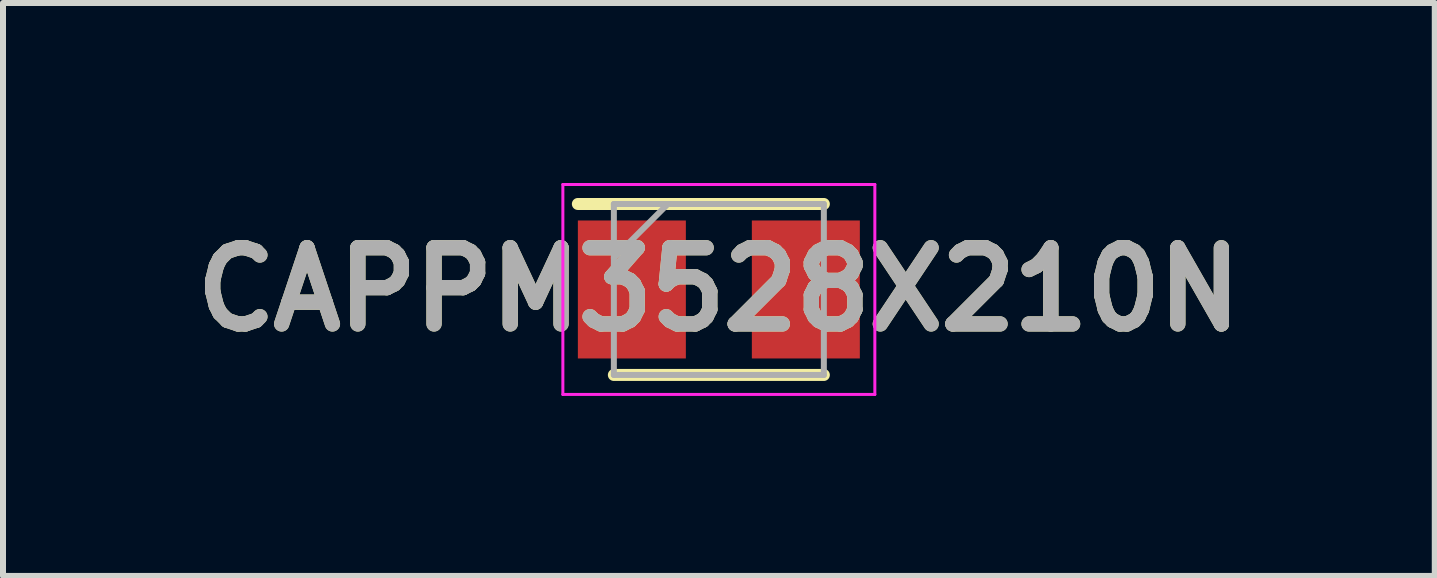
<source format=kicad_pcb>
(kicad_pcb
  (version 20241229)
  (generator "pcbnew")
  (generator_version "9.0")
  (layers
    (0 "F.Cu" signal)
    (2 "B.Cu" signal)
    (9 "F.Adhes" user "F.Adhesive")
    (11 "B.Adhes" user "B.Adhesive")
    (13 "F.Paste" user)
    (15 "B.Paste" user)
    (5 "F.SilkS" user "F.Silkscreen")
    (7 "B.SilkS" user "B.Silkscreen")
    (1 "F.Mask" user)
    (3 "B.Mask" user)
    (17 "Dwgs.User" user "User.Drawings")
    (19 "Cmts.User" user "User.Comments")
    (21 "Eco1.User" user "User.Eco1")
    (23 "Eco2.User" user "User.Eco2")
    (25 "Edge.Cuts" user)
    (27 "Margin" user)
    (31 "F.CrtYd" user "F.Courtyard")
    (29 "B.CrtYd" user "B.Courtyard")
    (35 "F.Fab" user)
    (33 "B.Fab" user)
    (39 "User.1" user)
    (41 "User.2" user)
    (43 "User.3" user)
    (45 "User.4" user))
  (footprint "CAPPM3528X210N"
    (layer "F.Cu")
    (at 8.932 1.775)
    (property "Reference" "CAPPM3528X210N" (at 0 0 0) (layer "F.SilkS") (effects (font (size 1.27 1.27) (thickness 0.254))))
    (attr smd)
    (fp_line (start -1.75 1.425) (end 1.75 1.425) (stroke (width 0.2) (type solid)) (layer "F.SilkS"))
    (fp_line (start 1.75 -1.425) (end -2.35 -1.425) (stroke (width 0.2) (type solid)) (layer "F.SilkS"))
    (fp_line (start -2.6 -1.75) (end 2.6 -1.75) (stroke (width 0.05) (type solid)) (layer "F.CrtYd"))
    (fp_line (start -2.6 1.75) (end -2.6 -1.75) (stroke (width 0.05) (type solid)) (layer "F.CrtYd"))
    (fp_line (start 2.6 -1.75) (end 2.6 1.75) (stroke (width 0.05) (type solid)) (layer "F.CrtYd"))
    (fp_line (start 2.6 1.75) (end -2.6 1.75) (stroke (width 0.05) (type solid)) (layer "F.CrtYd"))
    (fp_line (start -1.75 -1.425) (end 1.75 -1.425) (stroke (width 0.1) (type solid)) (layer "F.Fab"))
    (fp_line (start -1.75 -0.525) (end -0.85 -1.425) (stroke (width 0.1) (type solid)) (layer "F.Fab"))
    (fp_line (start -1.75 1.425) (end -1.75 -1.425) (stroke (width 0.1) (type solid)) (layer "F.Fab"))
    (fp_line (start 1.75 -1.425) (end 1.75 1.425) (stroke (width 0.1) (type solid)) (layer "F.Fab"))
    (fp_line (start 1.75 1.425) (end -1.75 1.425) (stroke (width 0.1) (type solid)) (layer "F.Fab"))
    (fp_text user "${REFERENCE}" (at 0 0 0) (layer "F.Fab") (effects (font (size 1.27 1.27) (thickness 0.254))))
    (pad "1" smd rect (at -1.45 0) (size 1.8 2.3) (layers "F.Cu" "F.Mask" "F.Paste"))
    (pad "2" smd rect (at 1.45 0) (size 1.8 2.3) (layers "F.Cu" "F.Mask" "F.Paste")))
  (gr_rect
    (start -3 -3)
    (end 20.865 6.55)
    (stroke (width 0.1) (type default))
    (fill no)
    (layer "Edge.Cuts")))
</source>
